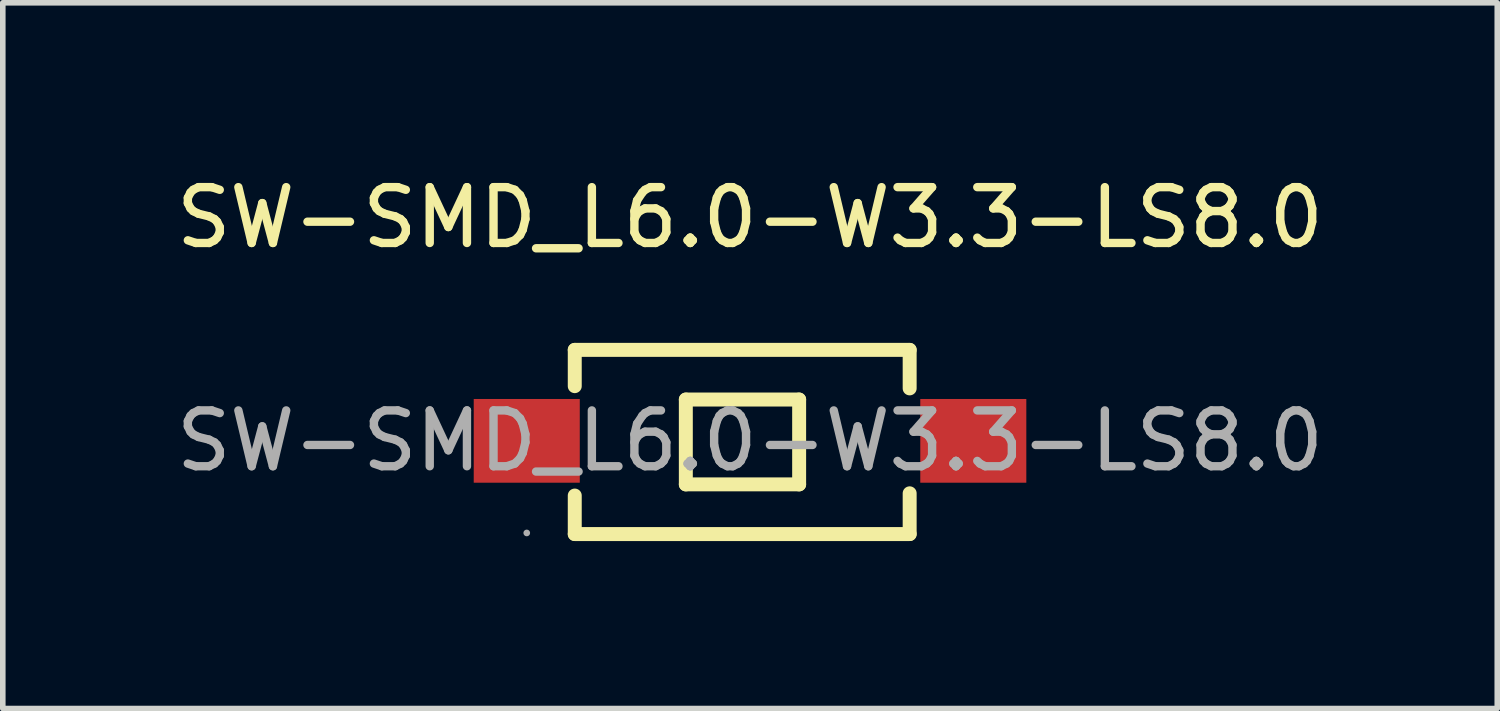
<source format=kicad_pcb>
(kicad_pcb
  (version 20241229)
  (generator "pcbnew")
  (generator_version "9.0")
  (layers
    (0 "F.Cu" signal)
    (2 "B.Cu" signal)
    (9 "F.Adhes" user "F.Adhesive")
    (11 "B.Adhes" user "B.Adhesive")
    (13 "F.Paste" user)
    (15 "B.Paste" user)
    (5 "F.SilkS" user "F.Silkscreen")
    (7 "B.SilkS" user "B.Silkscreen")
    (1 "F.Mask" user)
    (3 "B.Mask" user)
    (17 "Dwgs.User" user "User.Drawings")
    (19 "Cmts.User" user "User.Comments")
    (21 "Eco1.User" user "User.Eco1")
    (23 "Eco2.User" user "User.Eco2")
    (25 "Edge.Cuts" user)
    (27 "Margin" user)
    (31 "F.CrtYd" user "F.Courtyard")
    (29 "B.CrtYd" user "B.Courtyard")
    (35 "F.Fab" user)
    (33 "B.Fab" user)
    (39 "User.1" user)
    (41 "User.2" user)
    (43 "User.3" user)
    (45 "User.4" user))
  (footprint "SW-SMD_L6.0-W3.3-LS8.0"
    (layer "F.Cu")
    (at 10.387 4.848)
    (property "Reference" "SW-SMD_L6.0-W3.3-LS8.0" (at 0 -4 0) (layer "F.SilkS") (effects (font (size 1 1) (thickness 0.15))))
    (attr smd)
    (fp_line (start -3.14 -1.63) (end -3.14 -0.98) (stroke (width 0.25) (type solid)) (layer "F.SilkS"))
    (fp_line (start -3.14 -1.63) (end 2.86 -1.63) (stroke (width 0.25) (type solid)) (layer "F.SilkS"))
    (fp_line (start -3.14 0.98) (end -3.14 1.67) (stroke (width 0.25) (type solid)) (layer "F.SilkS"))
    (fp_line (start -1.15 -0.74) (end 0.88 -0.74) (stroke (width 0.25) (type solid)) (layer "F.SilkS"))
    (fp_line (start -1.15 0.78) (end -1.15 -0.74) (stroke (width 0.25) (type solid)) (layer "F.SilkS"))
    (fp_line (start 0.88 -0.74) (end 0.88 0.78) (stroke (width 0.25) (type solid)) (layer "F.SilkS"))
    (fp_line (start 0.88 0.78) (end -1.15 0.78) (stroke (width 0.25) (type solid)) (layer "F.SilkS"))
    (fp_line (start 2.86 -0.94) (end 2.86 -1.63) (stroke (width 0.25) (type solid)) (layer "F.SilkS"))
    (fp_line (start 2.86 1.67) (end -3.14 1.67) (stroke (width 0.25) (type solid)) (layer "F.SilkS"))
    (fp_line (start 2.86 1.67) (end 2.86 0.94) (stroke (width 0.25) (type solid)) (layer "F.SilkS"))
    (fp_circle (center -4 1.65) (end -3.97 1.65) (stroke (width 0.06) (type solid)) (fill no) (layer "F.Fab"))
    (fp_text user "${REFERENCE}" (at 0 0 0) (layer "F.Fab") (effects (font (size 1 1) (thickness 0.15))))
    (pad "1" smd rect (at -4 0) (size 1.9 1.5) (layers "F.Cu" "F.Mask" "F.Paste"))
    (pad "2" smd rect (at 4 0) (size 1.9 1.5) (layers "F.Cu" "F.Mask" "F.Paste")))
  (gr_rect
    (start -3 -3)
    (end 23.774 9.643)
    (stroke (width 0.1) (type default))
    (fill no)
    (layer "Edge.Cuts")))
</source>
